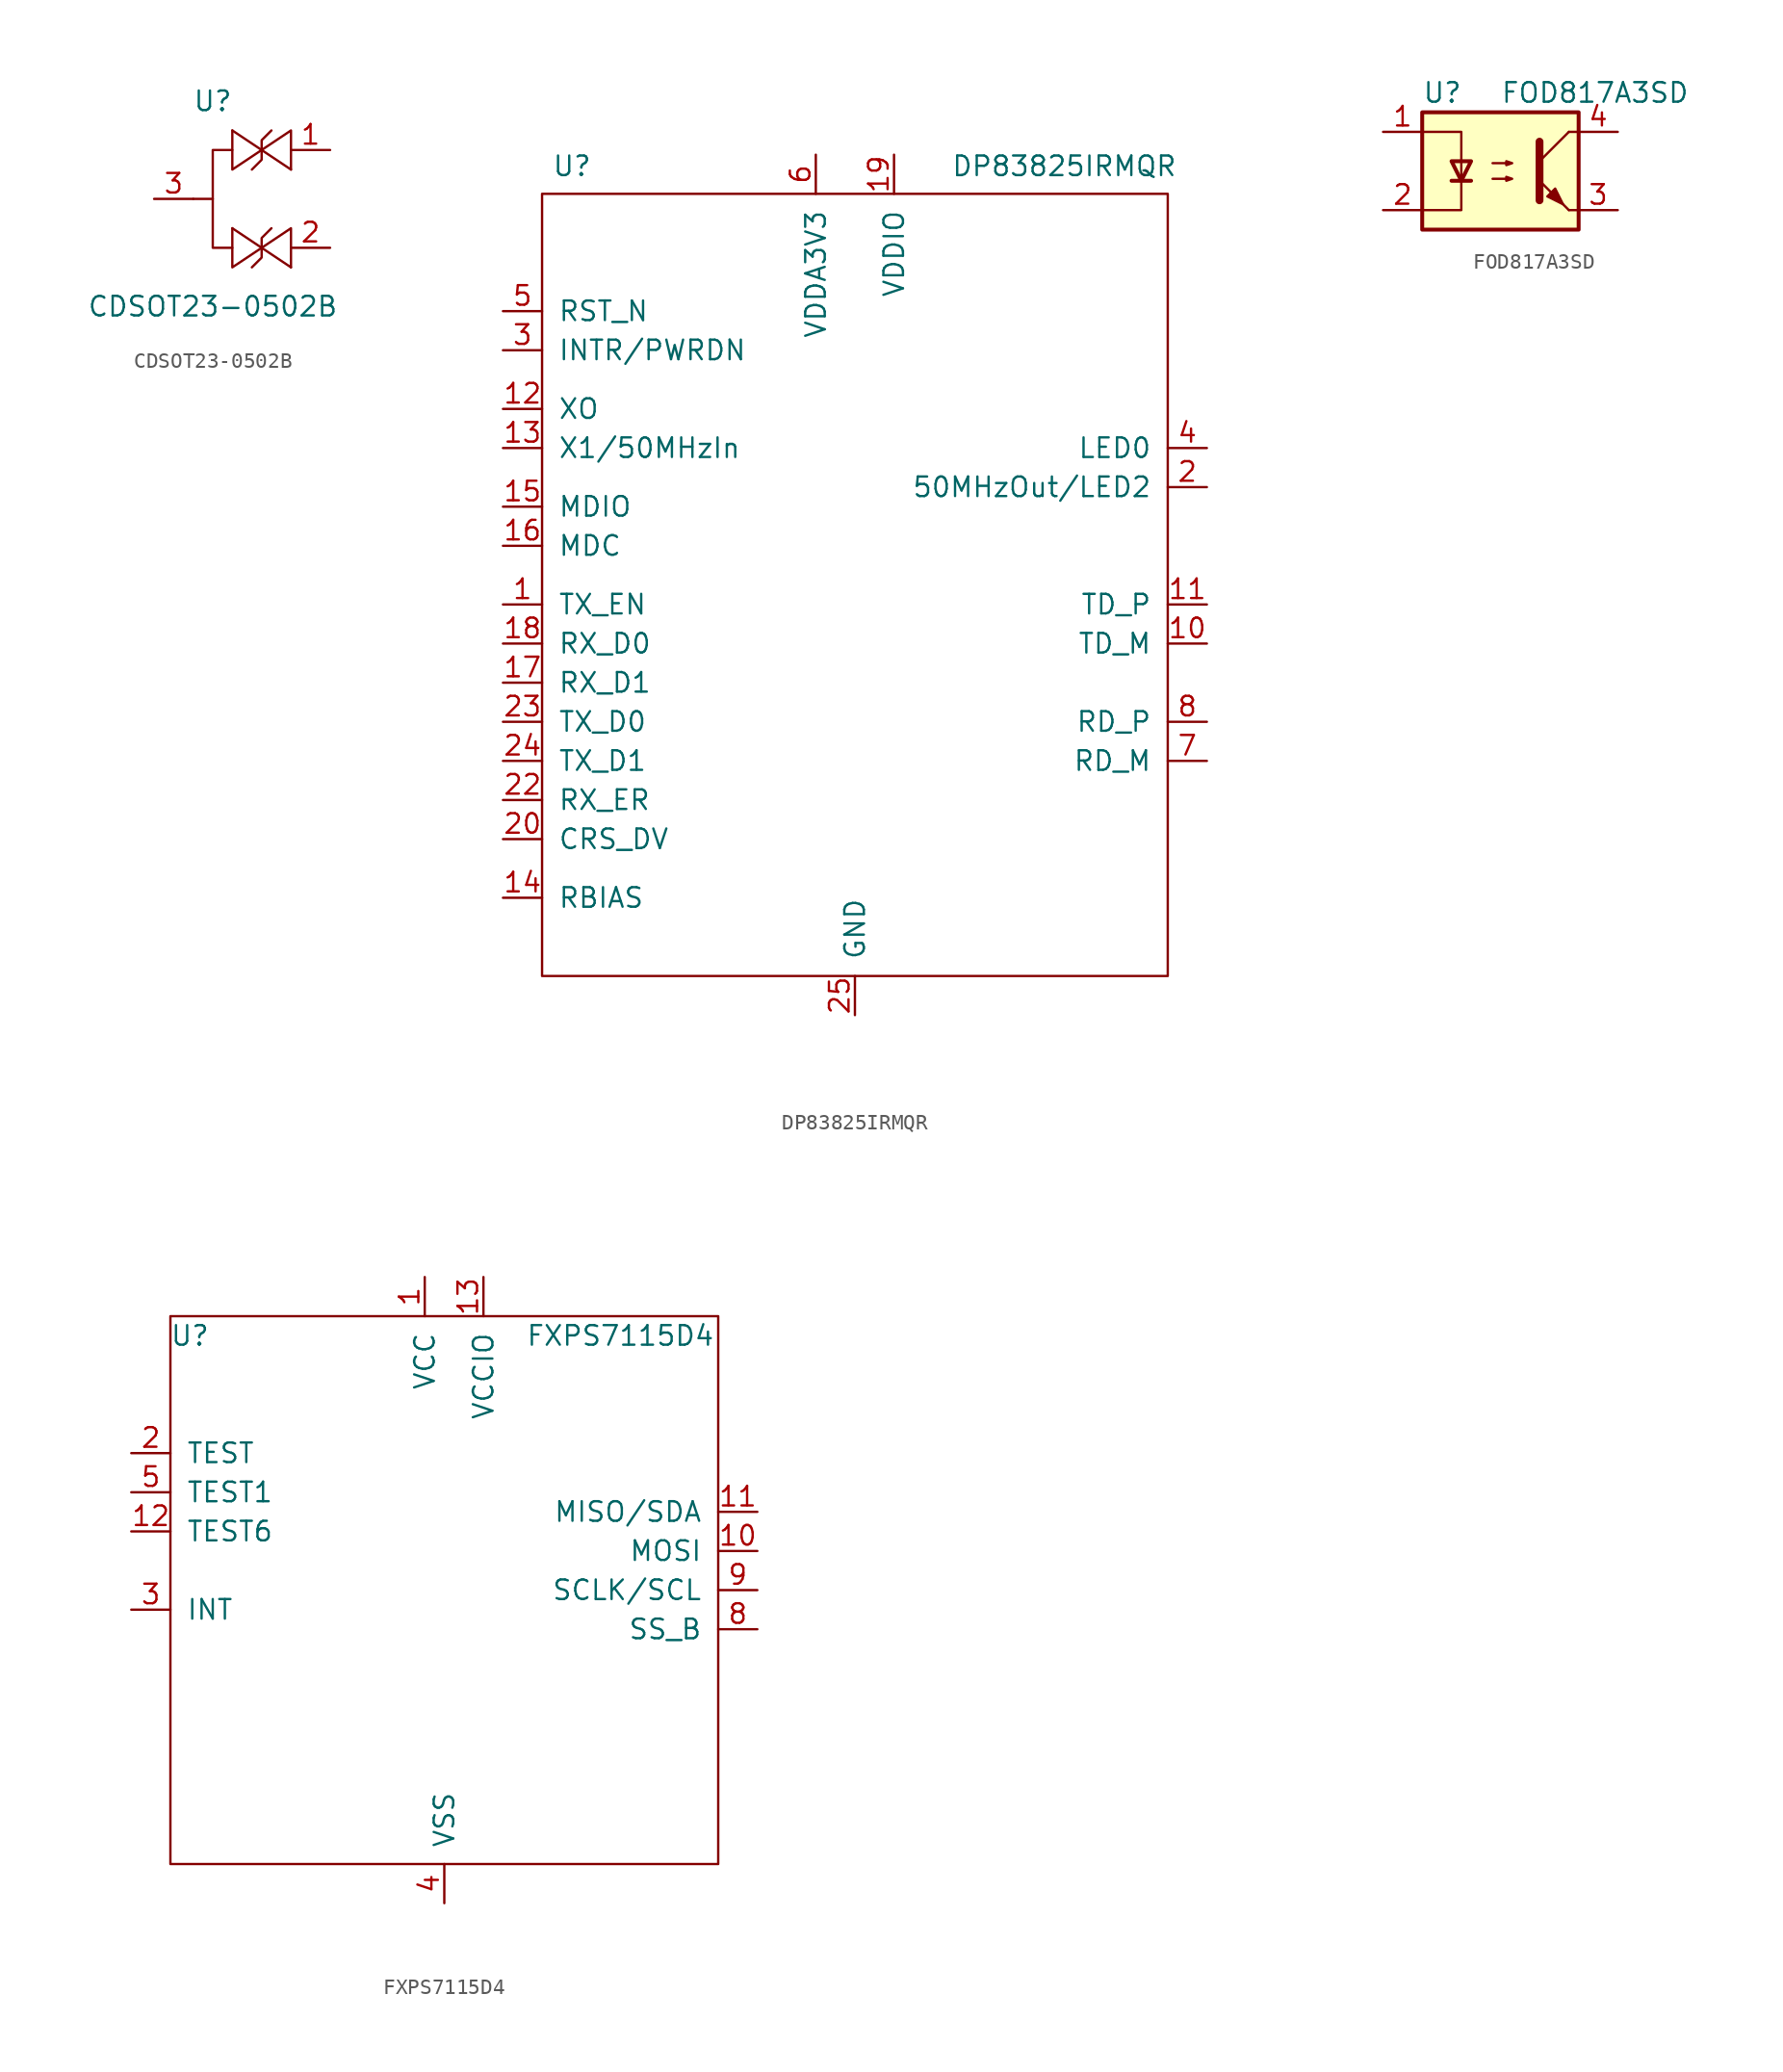
<source format=kicad_sym>
(kicad_symbol_lib
  (version 20211014)
  (generator kicad_symbol_editor)
  (symbol "CDSOT23-0502B"
    (property "Reference" "U"
      (at 0 6.35 0)
      (effects (font (size 1.27 1.27))))
    (property "Value" "CDSOT23-0502B"
      (at 0 -6.985 0)
      (effects (font (size 1.27 1.27))))
    (symbol "CDSOT23-0502B_0_1"
      (polyline (pts (xy -1.27 0) (xy 0 0)) (stroke (width 0.152) (type default) (color 0 0 0 0)) (fill (type none)))
      (polyline (pts (xy 1.27 -1.905) (xy 5.08 -4.445)) (stroke (width 0.152) (type default) (color 0 0 0 0)) (fill (type none)))
      (polyline (pts (xy 1.27 4.445) (xy 5.08 1.905)) (stroke (width 0.152) (type default) (color 0 0 0 0)) (fill (type none)))
      (polyline (pts (xy 3.175 -3.175) (xy 3.175 -3.81) (xy 2.54 -4.445)) (stroke (width 0.152) (type default) (color 0 0 0 0)) (fill (type none)))
      (polyline (pts (xy 3.175 -3.175) (xy 3.175 -2.54) (xy 3.81 -1.905)) (stroke (width 0.152) (type default) (color 0 0 0 0)) (fill (type none)))
      (polyline (pts (xy 3.175 3.175) (xy 3.175 2.54) (xy 2.54 1.905)) (stroke (width 0.152) (type default) (color 0 0 0 0)) (fill (type none)))
      (polyline (pts (xy 3.175 3.175) (xy 3.175 3.81) (xy 3.81 4.445)) (stroke (width 0.152) (type default) (color 0 0 0 0)) (fill (type none)))
      (polyline (pts (xy 1.27 -1.905) (xy 1.27 -4.445) (xy 5.08 -1.905) (xy 5.08 -4.445)) (stroke (width 0.152) (type default) (color 0 0 0 0)) (fill (type none)))
      (polyline (pts (xy 1.27 3.175) (xy 0 3.175) (xy 0 -3.175) (xy 1.27 -3.175)) (stroke (width 0.152) (type default) (color 0 0 0 0)) (fill (type none)))
      (polyline (pts (xy 1.27 4.445) (xy 1.27 1.905) (xy 5.08 4.445) (xy 5.08 1.905)) (stroke (width 0.152) (type default) (color 0 0 0 0)) (fill (type none))))
    (symbol "CDSOT23-0502B_1_1"
      (pin input line (at 7.62 3.175 180) (length 2.54) (name "" (effects (font (size 1.27 1.27)))) (number "1" (effects (font (size 1.27 1.27)))))
      (pin input line (at 7.62 -3.175 180) (length 2.54) (name "" (effects (font (size 1.27 1.27)))) (number "2" (effects (font (size 1.27 1.27)))))
      (pin input line (at -3.81 0 0) (length 2.54) (name "" (effects (font (size 1.27 1.27)))) (number "3" (effects (font (size 1.27 1.27)))))))
  (symbol "DP83825IRMQR"
    (pin_names
      (offset 1.016))
    (property "Reference" "U"
      (at -19.685 27.94 0)
      (effects (font (size 1.27 1.27)) (justify left top)))
    (property "Value" "DP83825IRMQR"
      (at 20.955 27.94 0)
      (effects (font (size 1.27 1.27)) (justify right top)))
    (symbol "DP83825IRMQR_0_1"
      (rectangle (start -20.32 25.4) (end 20.32 -25.4) (stroke (width 0) (type default) (color 0 0 0 0)) (fill (type none))))
    (symbol "DP83825IRMQR_1_1"
      (pin passive line (at -22.86 -1.27 0) (length 2.54) (name "TX_EN" (effects (font (size 1.27 1.27)))) (number "1" (effects (font (size 1.27 1.27)))))
      (pin passive line (at 22.86 -3.81 180) (length 2.54) (name "TD_M" (effects (font (size 1.27 1.27)))) (number "10" (effects (font (size 1.27 1.27)))))
      (pin passive line (at 22.86 -1.27 180) (length 2.54) (name "TD_P" (effects (font (size 1.27 1.27)))) (number "11" (effects (font (size 1.27 1.27)))))
      (pin passive line (at -22.86 11.43 0) (length 2.54) (name "XO" (effects (font (size 1.27 1.27)))) (number "12" (effects (font (size 1.27 1.27)))))
      (pin passive line (at -22.86 8.89 0) (length 2.54) (name "X1/50MHzIn" (effects (font (size 1.27 1.27)))) (number "13" (effects (font (size 1.27 1.27)))))
      (pin passive line (at -22.86 -20.32 0) (length 2.54) (name "RBIAS" (effects (font (size 1.27 1.27)))) (number "14" (effects (font (size 1.27 1.27)))))
      (pin passive line (at -22.86 5.08 0) (length 2.54) (name "MDIO" (effects (font (size 1.27 1.27)))) (number "15" (effects (font (size 1.27 1.27)))))
      (pin passive line (at -22.86 2.54 0) (length 2.54) (name "MDC" (effects (font (size 1.27 1.27)))) (number "16" (effects (font (size 1.27 1.27)))))
      (pin passive line (at -22.86 -6.35 0) (length 2.54) (name "RX_D1" (effects (font (size 1.27 1.27)))) (number "17" (effects (font (size 1.27 1.27)))))
      (pin passive line (at -22.86 -3.81 0) (length 2.54) (name "RX_D0" (effects (font (size 1.27 1.27)))) (number "18" (effects (font (size 1.27 1.27)))))
      (pin passive line (at 2.54 27.94 270) (length 2.54) (name "VDDIO" (effects (font (size 1.27 1.27)))) (number "19" (effects (font (size 1.27 1.27)))))
      (pin passive line (at 22.86 6.35 180) (length 2.54) (name "50MHzOut/LED2" (effects (font (size 1.27 1.27)))) (number "2" (effects (font (size 1.27 1.27)))))
      (pin passive line (at -22.86 -16.51 0) (length 2.54) (name "CRS_DV" (effects (font (size 1.27 1.27)))) (number "20" (effects (font (size 1.27 1.27)))))
      (pin passive line (at 0 -27.94 90) (length 2.54) hide (name "GND" (effects (font (size 1.27 1.27)))) (number "21" (effects (font (size 1.27 1.27)))))
      (pin passive line (at -22.86 -13.97 0) (length 2.54) (name "RX_ER" (effects (font (size 1.27 1.27)))) (number "22" (effects (font (size 1.27 1.27)))))
      (pin passive line (at -22.86 -8.89 0) (length 2.54) (name "TX_D0" (effects (font (size 1.27 1.27)))) (number "23" (effects (font (size 1.27 1.27)))))
      (pin passive line (at -22.86 -11.43 0) (length 2.54) (name "TX_D1" (effects (font (size 1.27 1.27)))) (number "24" (effects (font (size 1.27 1.27)))))
      (pin passive line (at 0 -27.94 90) (length 2.54) (name "GND" (effects (font (size 1.27 1.27)))) (number "25" (effects (font (size 1.27 1.27)))))
      (pin passive line (at -22.86 15.24 0) (length 2.54) (name "INTR/PWRDN" (effects (font (size 1.27 1.27)))) (number "3" (effects (font (size 1.27 1.27)))))
      (pin passive line (at 22.86 8.89 180) (length 2.54) (name "LED0" (effects (font (size 1.27 1.27)))) (number "4" (effects (font (size 1.27 1.27)))))
      (pin passive line (at -22.86 17.78 0) (length 2.54) (name "RST_N" (effects (font (size 1.27 1.27)))) (number "5" (effects (font (size 1.27 1.27)))))
      (pin passive line (at -2.54 27.94 270) (length 2.54) (name "VDDA3V3" (effects (font (size 1.27 1.27)))) (number "6" (effects (font (size 1.27 1.27)))))
      (pin passive line (at 22.86 -11.43 180) (length 2.54) (name "RD_M" (effects (font (size 1.27 1.27)))) (number "7" (effects (font (size 1.27 1.27)))))
      (pin passive line (at 22.86 -8.89 180) (length 2.54) (name "RD_P" (effects (font (size 1.27 1.27)))) (number "8" (effects (font (size 1.27 1.27)))))
      (pin passive line (at 0 -27.94 90) (length 2.54) hide (name "GND" (effects (font (size 1.27 1.27)))) (number "9" (effects (font (size 1.27 1.27)))))))
  (symbol "FOD817A3SD"
    (pin_names
      (offset 1.016))
    (property "Reference" "U"
      (at -5.08 5.08 0)
      (effects (font (size 1.27 1.27)) (justify left)))
    (property "Value" "FOD817A3SD"
      (at 0 5.08 0)
      (effects (font (size 1.27 1.27)) (justify left)))
    (symbol "FOD817A3SD_0_1"
      (rectangle (start -5.08 3.81) (end 5.08 -3.81) (stroke (width 0.254) (type default) (color 0 0 0 0)) (fill (type background)))
      (polyline (pts (xy -3.175 -0.635) (xy -1.905 -0.635)) (stroke (width 0.254) (type default) (color 0 0 0 0)) (fill (type none)))
      (polyline (pts (xy 2.54 0.635) (xy 4.445 2.54)) (stroke (width 0) (type default) (color 0 0 0 0)) (fill (type none)))
      (polyline (pts (xy 4.445 -2.54) (xy 2.54 -0.635)) (stroke (width 0) (type default) (color 0 0 0 0)) (fill (type outline)))
      (polyline (pts (xy 4.445 -2.54) (xy 5.08 -2.54)) (stroke (width 0) (type default) (color 0 0 0 0)) (fill (type none)))
      (polyline (pts (xy 4.445 2.54) (xy 5.08 2.54)) (stroke (width 0) (type default) (color 0 0 0 0)) (fill (type none)))
      (polyline (pts (xy -5.08 2.54) (xy -2.54 2.54) (xy -2.54 -0.635)) (stroke (width 0) (type default) (color 0 0 0 0)) (fill (type none)))
      (polyline (pts (xy -2.54 -0.635) (xy -2.54 -2.54) (xy -5.08 -2.54)) (stroke (width 0) (type default) (color 0 0 0 0)) (fill (type none)))
      (polyline (pts (xy 2.54 1.905) (xy 2.54 -1.905) (xy 2.54 -1.905)) (stroke (width 0.508) (type default) (color 0 0 0 0)) (fill (type none)))
      (polyline (pts (xy -2.54 -0.635) (xy -3.175 0.635) (xy -1.905 0.635) (xy -2.54 -0.635)) (stroke (width 0.254) (type default) (color 0 0 0 0)) (fill (type none)))
      (polyline (pts (xy -0.508 -0.508) (xy 0.762 -0.508) (xy 0.381 -0.635) (xy 0.381 -0.381) (xy 0.762 -0.508)) (stroke (width 0) (type default) (color 0 0 0 0)) (fill (type none)))
      (polyline (pts (xy -0.508 0.508) (xy 0.762 0.508) (xy 0.381 0.381) (xy 0.381 0.635) (xy 0.762 0.508)) (stroke (width 0) (type default) (color 0 0 0 0)) (fill (type none)))
      (polyline (pts (xy 3.048 -1.651) (xy 3.556 -1.143) (xy 4.064 -2.159) (xy 3.048 -1.651) (xy 3.048 -1.651)) (stroke (width 0) (type default) (color 0 0 0 0)) (fill (type outline))))
    (symbol "FOD817A3SD_1_1"
      (pin passive line (at -7.62 2.54 0) (length 2.54) (name "~" (effects (font (size 1.27 1.27)))) (number "1" (effects (font (size 1.27 1.27)))))
      (pin passive line (at -7.62 -2.54 0) (length 2.54) (name "~" (effects (font (size 1.27 1.27)))) (number "2" (effects (font (size 1.27 1.27)))))
      (pin passive line (at 7.62 -2.54 180) (length 2.54) (name "~" (effects (font (size 1.27 1.27)))) (number "3" (effects (font (size 1.27 1.27)))))
      (pin passive line (at 7.62 2.54 180) (length 2.54) (name "~" (effects (font (size 1.27 1.27)))) (number "4" (effects (font (size 1.27 1.27)))))))
  (symbol "FXPS7115D4"
    (pin_names
      (offset 1.016))
    (property "Reference" "U"
      (at -16.51 15.24 0)
      (effects (font (size 1.27 1.27))))
    (property "Value" "FXPS7115D4"
      (at 11.43 15.24 0)
      (effects (font (size 1.27 1.27))))
    (symbol "FXPS7115D4_0_1"
      (rectangle (start -17.78 16.51) (end 17.78 -19.05) (stroke (width 0) (type default) (color 0 0 0 0)) (fill (type none))))
    (symbol "FXPS7115D4_1_1"
      (pin bidirectional line (at -1.27 19.05 270) (length 2.54) (name "VCC" (effects (font (size 1.27 1.27)))) (number "1" (effects (font (size 1.27 1.27)))))
      (pin bidirectional line (at 20.32 1.27 180) (length 2.54) (name "MOSI" (effects (font (size 1.27 1.27)))) (number "10" (effects (font (size 1.27 1.27)))))
      (pin bidirectional line (at 20.32 3.81 180) (length 2.54) (name "MISO/SDA" (effects (font (size 1.27 1.27)))) (number "11" (effects (font (size 1.27 1.27)))))
      (pin bidirectional line (at -20.32 2.54 0) (length 2.54) (name "TEST6" (effects (font (size 1.27 1.27)))) (number "12" (effects (font (size 1.27 1.27)))))
      (pin bidirectional line (at 2.54 19.05 270) (length 2.54) (name "VCCIO" (effects (font (size 1.27 1.27)))) (number "13" (effects (font (size 1.27 1.27)))))
      (pin bidirectional line (at -20.32 -17.78 0) (length 2.54) hide (name "NC" (effects (font (size 1.27 1.27)))) (number "14" (effects (font (size 1.27 1.27)))))
      (pin bidirectional line (at 0 -21.59 90) (length 2.54) hide (name "VSS" (effects (font (size 1.27 1.27)))) (number "15" (effects (font (size 1.27 1.27)))))
      (pin bidirectional line (at -1.27 19.05 270) (length 2.54) hide (name "VCC" (effects (font (size 1.27 1.27)))) (number "16" (effects (font (size 1.27 1.27)))))
      (pin bidirectional line (at 0 -21.59 90) (length 2.54) hide (name "VSS" (effects (font (size 1.27 1.27)))) (number "17" (effects (font (size 1.27 1.27)))))
      (pin bidirectional line (at -20.32 7.62 0) (length 2.54) (name "TEST" (effects (font (size 1.27 1.27)))) (number "2" (effects (font (size 1.27 1.27)))))
      (pin bidirectional line (at -20.32 -2.54 0) (length 2.54) (name "INT" (effects (font (size 1.27 1.27)))) (number "3" (effects (font (size 1.27 1.27)))))
      (pin bidirectional line (at 0 -21.59 90) (length 2.54) (name "VSS" (effects (font (size 1.27 1.27)))) (number "4" (effects (font (size 1.27 1.27)))))
      (pin bidirectional line (at -20.32 5.08 0) (length 2.54) (name "TEST1" (effects (font (size 1.27 1.27)))) (number "5" (effects (font (size 1.27 1.27)))))
      (pin bidirectional line (at -20.32 -12.7 0) (length 2.54) hide (name "NC" (effects (font (size 1.27 1.27)))) (number "6" (effects (font (size 1.27 1.27)))))
      (pin bidirectional line (at -20.32 -15.24 0) (length 2.54) hide (name "NC" (effects (font (size 1.27 1.27)))) (number "7" (effects (font (size 1.27 1.27)))))
      (pin bidirectional line (at 20.32 -3.81 180) (length 2.54) (name "SS_B" (effects (font (size 1.27 1.27)))) (number "8" (effects (font (size 1.27 1.27)))))
      (pin bidirectional line (at 20.32 -1.27 180) (length 2.54) (name "SCLK/SCL" (effects (font (size 1.27 1.27)))) (number "9" (effects (font (size 1.27 1.27))))))))
</source>
